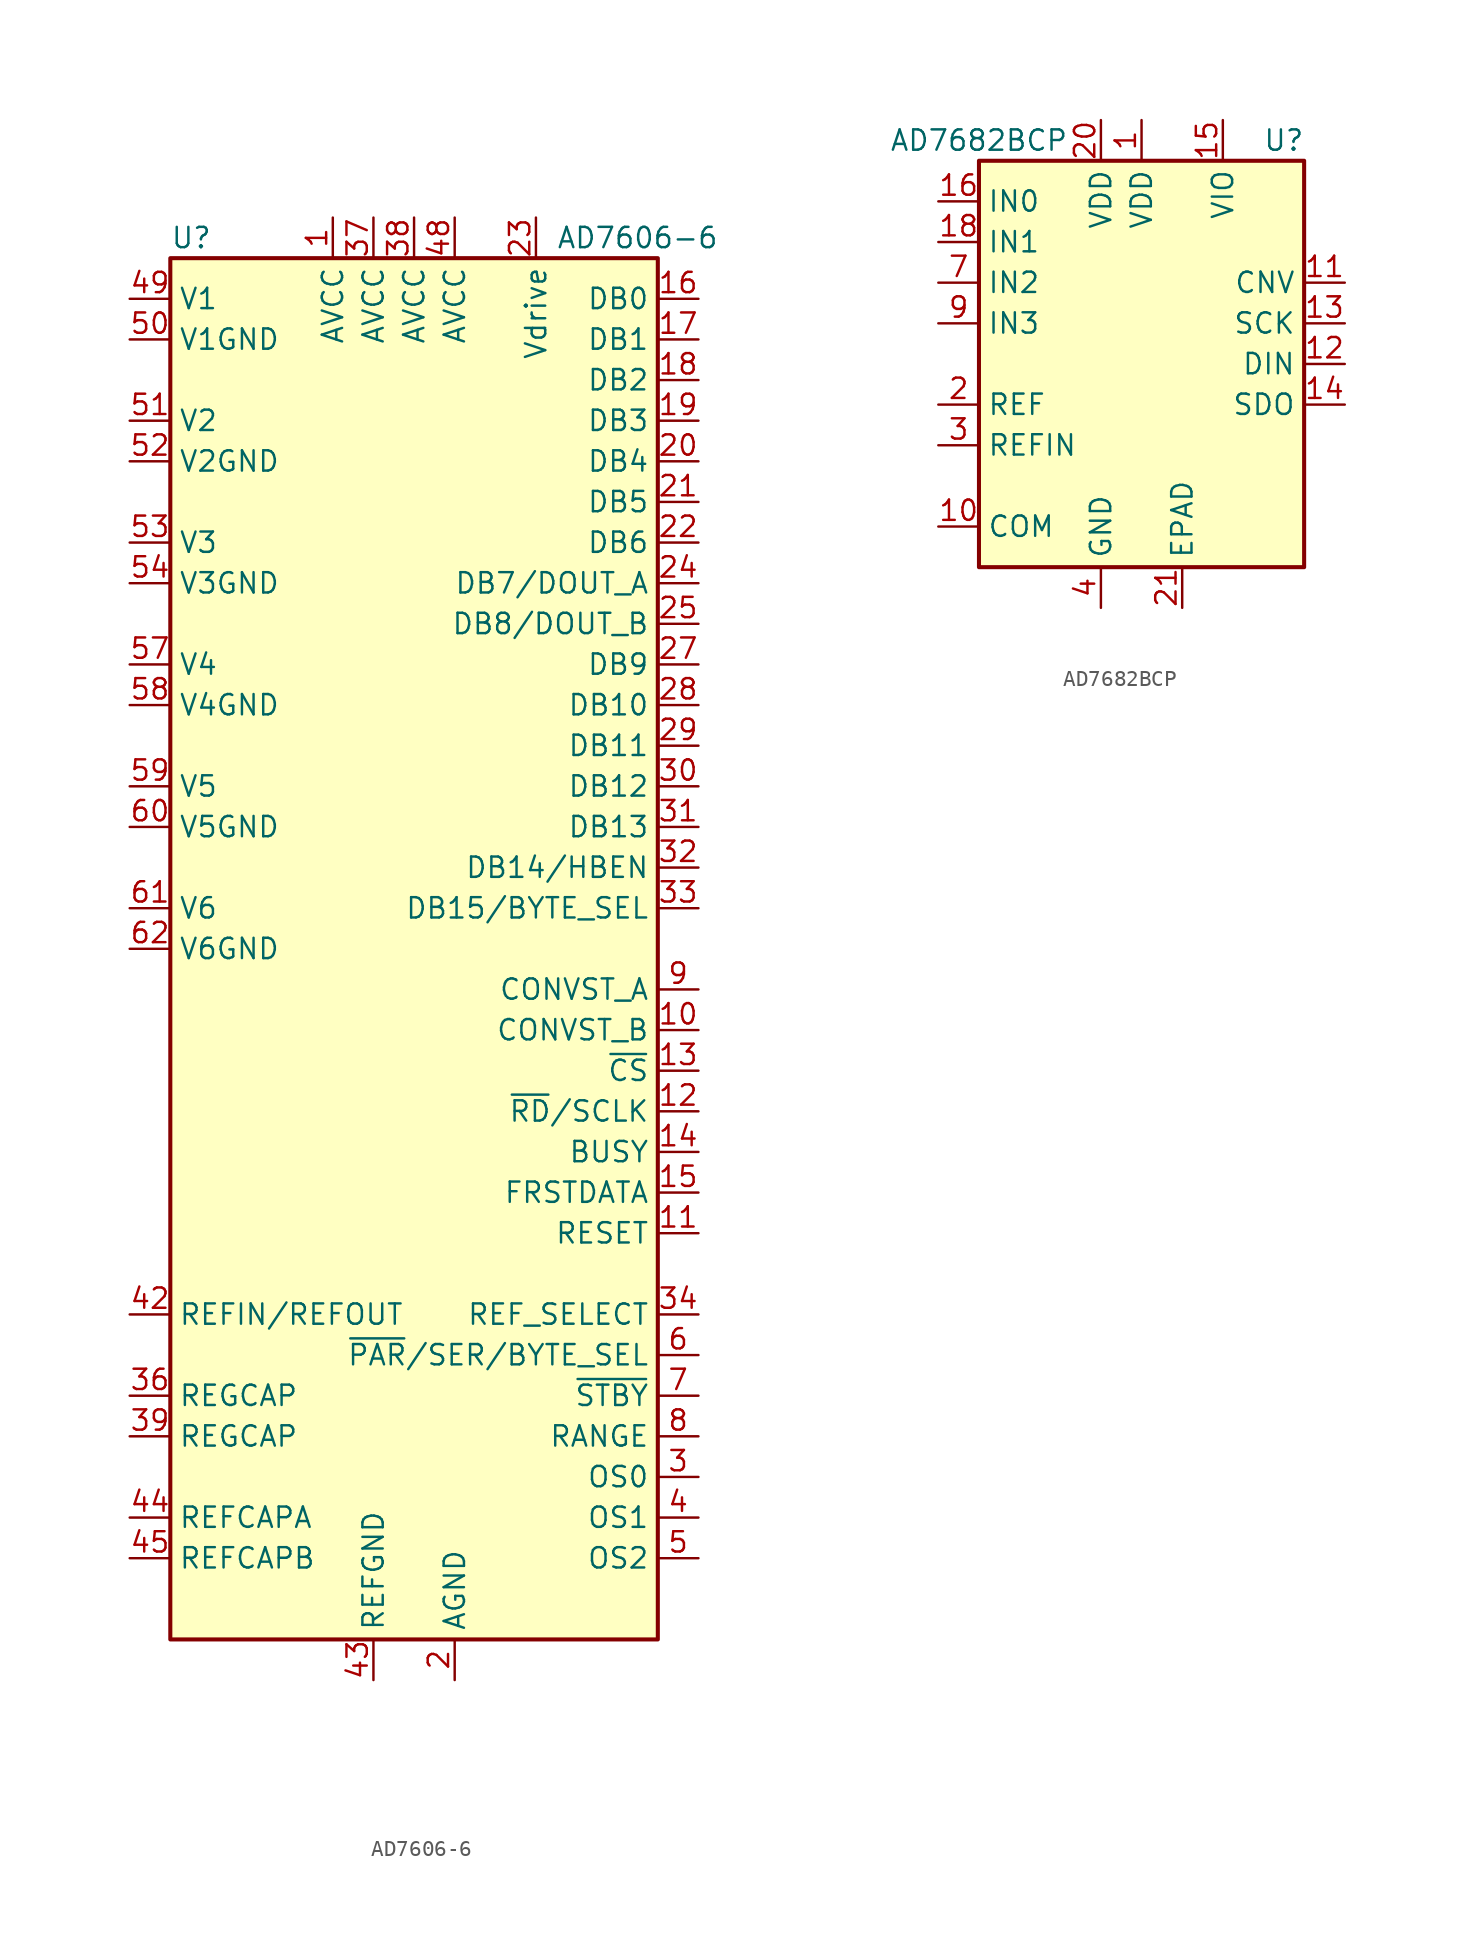
<source format=kicad_sym>
(kicad_symbol_lib
  (version 20211014)
  (generator kicad_symbol_editor)
  (symbol "AD7606-6"
    (property "Reference" "U"
      (at -15.24 44.45 0)
      (effects (font (size 1.27 1.27)) (justify left)))
    (property "Value" "AD7606-6"
      (at 8.89 44.45 0)
      (effects (font (size 1.27 1.27)) (justify left)))
    (symbol "AD7606-6_1_1"
      (rectangle (start -15.24 43.18) (end 15.24 -43.18) (stroke (width 0.254) (type default) (color 0 0 0 0)) (fill (type background)))
      (pin power_in line (at -5.08 45.72 270) (length 2.54) (name "AVCC" (effects (font (size 1.27 1.27)))) (number "1" (effects (font (size 1.27 1.27)))))
      (pin input line (at 17.78 -5.08 180) (length 2.54) (name "CONVST_B" (effects (font (size 1.27 1.27)))) (number "10" (effects (font (size 1.27 1.27)))))
      (pin input line (at 17.78 -17.78 180) (length 2.54) (name "RESET" (effects (font (size 1.27 1.27)))) (number "11" (effects (font (size 1.27 1.27)))))
      (pin input line (at 17.78 -10.16 180) (length 2.54) (name "~{RD}/SCLK" (effects (font (size 1.27 1.27)))) (number "12" (effects (font (size 1.27 1.27)))))
      (pin input line (at 17.78 -7.62 180) (length 2.54) (name "~{CS}" (effects (font (size 1.27 1.27)))) (number "13" (effects (font (size 1.27 1.27)))))
      (pin output line (at 17.78 -12.7 180) (length 2.54) (name "BUSY" (effects (font (size 1.27 1.27)))) (number "14" (effects (font (size 1.27 1.27)))))
      (pin output line (at 17.78 -15.24 180) (length 2.54) (name "FRSTDATA" (effects (font (size 1.27 1.27)))) (number "15" (effects (font (size 1.27 1.27)))))
      (pin output line (at 17.78 40.64 180) (length 2.54) (name "DB0" (effects (font (size 1.27 1.27)))) (number "16" (effects (font (size 1.27 1.27)))))
      (pin output line (at 17.78 38.1 180) (length 2.54) (name "DB1" (effects (font (size 1.27 1.27)))) (number "17" (effects (font (size 1.27 1.27)))))
      (pin output line (at 17.78 35.56 180) (length 2.54) (name "DB2" (effects (font (size 1.27 1.27)))) (number "18" (effects (font (size 1.27 1.27)))))
      (pin output line (at 17.78 33.02 180) (length 2.54) (name "DB3" (effects (font (size 1.27 1.27)))) (number "19" (effects (font (size 1.27 1.27)))))
      (pin power_in line (at 2.54 -45.72 90) (length 2.54) (name "AGND" (effects (font (size 1.27 1.27)))) (number "2" (effects (font (size 1.27 1.27)))))
      (pin output line (at 17.78 30.48 180) (length 2.54) (name "DB4" (effects (font (size 1.27 1.27)))) (number "20" (effects (font (size 1.27 1.27)))))
      (pin output line (at 17.78 27.94 180) (length 2.54) (name "DB5" (effects (font (size 1.27 1.27)))) (number "21" (effects (font (size 1.27 1.27)))))
      (pin output line (at 17.78 25.4 180) (length 2.54) (name "DB6" (effects (font (size 1.27 1.27)))) (number "22" (effects (font (size 1.27 1.27)))))
      (pin power_in line (at 7.62 45.72 270) (length 2.54) (name "Vdrive" (effects (font (size 1.27 1.27)))) (number "23" (effects (font (size 1.27 1.27)))))
      (pin output line (at 17.78 22.86 180) (length 2.54) (name "DB7/DOUT_A" (effects (font (size 1.27 1.27)))) (number "24" (effects (font (size 1.27 1.27)))))
      (pin output line (at 17.78 20.32 180) (length 2.54) (name "DB8/DOUT_B" (effects (font (size 1.27 1.27)))) (number "25" (effects (font (size 1.27 1.27)))))
      (pin passive line (at 2.54 -45.72 90) (length 2.54) hide (name "AGND" (effects (font (size 1.27 1.27)))) (number "26" (effects (font (size 1.27 1.27)))))
      (pin output line (at 17.78 17.78 180) (length 2.54) (name "DB9" (effects (font (size 1.27 1.27)))) (number "27" (effects (font (size 1.27 1.27)))))
      (pin output line (at 17.78 15.24 180) (length 2.54) (name "DB10" (effects (font (size 1.27 1.27)))) (number "28" (effects (font (size 1.27 1.27)))))
      (pin output line (at 17.78 12.7 180) (length 2.54) (name "DB11" (effects (font (size 1.27 1.27)))) (number "29" (effects (font (size 1.27 1.27)))))
      (pin input line (at 17.78 -33.02 180) (length 2.54) (name "OS0" (effects (font (size 1.27 1.27)))) (number "3" (effects (font (size 1.27 1.27)))))
      (pin output line (at 17.78 10.16 180) (length 2.54) (name "DB12" (effects (font (size 1.27 1.27)))) (number "30" (effects (font (size 1.27 1.27)))))
      (pin output line (at 17.78 7.62 180) (length 2.54) (name "DB13" (effects (font (size 1.27 1.27)))) (number "31" (effects (font (size 1.27 1.27)))))
      (pin bidirectional line (at 17.78 5.08 180) (length 2.54) (name "DB14/HBEN" (effects (font (size 1.27 1.27)))) (number "32" (effects (font (size 1.27 1.27)))))
      (pin bidirectional line (at 17.78 2.54 180) (length 2.54) (name "DB15/BYTE_SEL" (effects (font (size 1.27 1.27)))) (number "33" (effects (font (size 1.27 1.27)))))
      (pin input line (at 17.78 -22.86 180) (length 2.54) (name "REF_SELECT" (effects (font (size 1.27 1.27)))) (number "34" (effects (font (size 1.27 1.27)))))
      (pin passive line (at 2.54 -45.72 90) (length 2.54) hide (name "AGND" (effects (font (size 1.27 1.27)))) (number "35" (effects (font (size 1.27 1.27)))))
      (pin passive line (at -17.78 -27.94 0) (length 2.54) (name "REGCAP" (effects (font (size 1.27 1.27)))) (number "36" (effects (font (size 1.27 1.27)))))
      (pin power_in line (at -2.54 45.72 270) (length 2.54) (name "AVCC" (effects (font (size 1.27 1.27)))) (number "37" (effects (font (size 1.27 1.27)))))
      (pin power_in line (at 0 45.72 270) (length 2.54) (name "AVCC" (effects (font (size 1.27 1.27)))) (number "38" (effects (font (size 1.27 1.27)))))
      (pin passive line (at -17.78 -30.48 0) (length 2.54) (name "REGCAP" (effects (font (size 1.27 1.27)))) (number "39" (effects (font (size 1.27 1.27)))))
      (pin input line (at 17.78 -35.56 180) (length 2.54) (name "OS1" (effects (font (size 1.27 1.27)))) (number "4" (effects (font (size 1.27 1.27)))))
      (pin passive line (at 2.54 -45.72 90) (length 2.54) hide (name "AGND" (effects (font (size 1.27 1.27)))) (number "40" (effects (font (size 1.27 1.27)))))
      (pin passive line (at 2.54 -45.72 90) (length 2.54) hide (name "AGND" (effects (font (size 1.27 1.27)))) (number "41" (effects (font (size 1.27 1.27)))))
      (pin passive line (at -17.78 -22.86 0) (length 2.54) (name "REFIN/REFOUT" (effects (font (size 1.27 1.27)))) (number "42" (effects (font (size 1.27 1.27)))))
      (pin power_in line (at -2.54 -45.72 90) (length 2.54) (name "REFGND" (effects (font (size 1.27 1.27)))) (number "43" (effects (font (size 1.27 1.27)))))
      (pin passive line (at -17.78 -35.56 0) (length 2.54) (name "REFCAPA" (effects (font (size 1.27 1.27)))) (number "44" (effects (font (size 1.27 1.27)))))
      (pin passive line (at -17.78 -38.1 0) (length 2.54) (name "REFCAPB" (effects (font (size 1.27 1.27)))) (number "45" (effects (font (size 1.27 1.27)))))
      (pin passive line (at -2.54 -45.72 90) (length 2.54) hide (name "REFGND" (effects (font (size 1.27 1.27)))) (number "46" (effects (font (size 1.27 1.27)))))
      (pin passive line (at 2.54 -45.72 90) (length 2.54) hide (name "AGND" (effects (font (size 1.27 1.27)))) (number "47" (effects (font (size 1.27 1.27)))))
      (pin power_in line (at 2.54 45.72 270) (length 2.54) (name "AVCC" (effects (font (size 1.27 1.27)))) (number "48" (effects (font (size 1.27 1.27)))))
      (pin input line (at -17.78 40.64 0) (length 2.54) (name "V1" (effects (font (size 1.27 1.27)))) (number "49" (effects (font (size 1.27 1.27)))))
      (pin input line (at 17.78 -38.1 180) (length 2.54) (name "OS2" (effects (font (size 1.27 1.27)))) (number "5" (effects (font (size 1.27 1.27)))))
      (pin input line (at -17.78 38.1 0) (length 2.54) (name "V1GND" (effects (font (size 1.27 1.27)))) (number "50" (effects (font (size 1.27 1.27)))))
      (pin input line (at -17.78 33.02 0) (length 2.54) (name "V2" (effects (font (size 1.27 1.27)))) (number "51" (effects (font (size 1.27 1.27)))))
      (pin input line (at -17.78 30.48 0) (length 2.54) (name "V2GND" (effects (font (size 1.27 1.27)))) (number "52" (effects (font (size 1.27 1.27)))))
      (pin input line (at -17.78 25.4 0) (length 2.54) (name "V3" (effects (font (size 1.27 1.27)))) (number "53" (effects (font (size 1.27 1.27)))))
      (pin input line (at -17.78 22.86 0) (length 2.54) (name "V3GND" (effects (font (size 1.27 1.27)))) (number "54" (effects (font (size 1.27 1.27)))))
      (pin passive line (at 2.54 -45.72 90) (length 2.54) hide (name "AGND" (effects (font (size 1.27 1.27)))) (number "55" (effects (font (size 1.27 1.27)))))
      (pin passive line (at 2.54 -45.72 90) (length 2.54) hide (name "AGND" (effects (font (size 1.27 1.27)))) (number "56" (effects (font (size 1.27 1.27)))))
      (pin input line (at -17.78 17.78 0) (length 2.54) (name "V4" (effects (font (size 1.27 1.27)))) (number "57" (effects (font (size 1.27 1.27)))))
      (pin input line (at -17.78 15.24 0) (length 2.54) (name "V4GND" (effects (font (size 1.27 1.27)))) (number "58" (effects (font (size 1.27 1.27)))))
      (pin input line (at -17.78 10.16 0) (length 2.54) (name "V5" (effects (font (size 1.27 1.27)))) (number "59" (effects (font (size 1.27 1.27)))))
      (pin input line (at 17.78 -25.4 180) (length 2.54) (name "~{PAR}/SER/BYTE_SEL" (effects (font (size 1.27 1.27)))) (number "6" (effects (font (size 1.27 1.27)))))
      (pin input line (at -17.78 7.62 0) (length 2.54) (name "V5GND" (effects (font (size 1.27 1.27)))) (number "60" (effects (font (size 1.27 1.27)))))
      (pin input line (at -17.78 2.54 0) (length 2.54) (name "V6" (effects (font (size 1.27 1.27)))) (number "61" (effects (font (size 1.27 1.27)))))
      (pin input line (at -17.78 0 0) (length 2.54) (name "V6GND" (effects (font (size 1.27 1.27)))) (number "62" (effects (font (size 1.27 1.27)))))
      (pin passive line (at 2.54 -45.72 90) (length 2.54) hide (name "AGND" (effects (font (size 1.27 1.27)))) (number "63" (effects (font (size 1.27 1.27)))))
      (pin passive line (at 2.54 -45.72 90) (length 2.54) hide (name "AGND" (effects (font (size 1.27 1.27)))) (number "64" (effects (font (size 1.27 1.27)))))
      (pin input line (at 17.78 -27.94 180) (length 2.54) (name "~{STBY}" (effects (font (size 1.27 1.27)))) (number "7" (effects (font (size 1.27 1.27)))))
      (pin input line (at 17.78 -30.48 180) (length 2.54) (name "RANGE" (effects (font (size 1.27 1.27)))) (number "8" (effects (font (size 1.27 1.27)))))
      (pin input line (at 17.78 -2.54 180) (length 2.54) (name "CONVST_A" (effects (font (size 1.27 1.27)))) (number "9" (effects (font (size 1.27 1.27)))))))
  (symbol "AD7682BCP"
    (property "Reference" "U"
      (at 8.89 13.97 0)
      (effects (font (size 1.27 1.27))))
    (property "Value" "AD7682BCP"
      (at -10.16 13.97 0)
      (effects (font (size 1.27 1.27))))
    (symbol "AD7682BCP_0_1"
      (rectangle (start -10.16 12.7) (end 10.16 -12.7) (stroke (width 0.254) (type default) (color 0 0 0 0)) (fill (type background))))
    (symbol "AD7682BCP_1_1"
      (pin power_in line (at 0 15.24 270) (length 2.54) (name "VDD" (effects (font (size 1.27 1.27)))) (number "1" (effects (font (size 1.27 1.27)))))
      (pin input line (at -12.7 -10.16 0) (length 2.54) (name "COM" (effects (font (size 1.27 1.27)))) (number "10" (effects (font (size 1.27 1.27)))))
      (pin input line (at 12.7 5.08 180) (length 2.54) (name "CNV" (effects (font (size 1.27 1.27)))) (number "11" (effects (font (size 1.27 1.27)))))
      (pin input line (at 12.7 0 180) (length 2.54) (name "DIN" (effects (font (size 1.27 1.27)))) (number "12" (effects (font (size 1.27 1.27)))))
      (pin input line (at 12.7 2.54 180) (length 2.54) (name "SCK" (effects (font (size 1.27 1.27)))) (number "13" (effects (font (size 1.27 1.27)))))
      (pin output line (at 12.7 -2.54 180) (length 2.54) (name "SDO" (effects (font (size 1.27 1.27)))) (number "14" (effects (font (size 1.27 1.27)))))
      (pin power_in line (at 5.08 15.24 270) (length 2.54) (name "VIO" (effects (font (size 1.27 1.27)))) (number "15" (effects (font (size 1.27 1.27)))))
      (pin input line (at -12.7 10.16 0) (length 2.54) (name "IN0" (effects (font (size 1.27 1.27)))) (number "16" (effects (font (size 1.27 1.27)))))
      (pin no_connect line (at 10.16 -7.62 180) (length 2.54) hide (name "NC" (effects (font (size 1.27 1.27)))) (number "17" (effects (font (size 1.27 1.27)))))
      (pin input line (at -12.7 7.62 0) (length 2.54) (name "IN1" (effects (font (size 1.27 1.27)))) (number "18" (effects (font (size 1.27 1.27)))))
      (pin no_connect line (at 10.16 -5.08 180) (length 2.54) hide (name "NC" (effects (font (size 1.27 1.27)))) (number "19" (effects (font (size 1.27 1.27)))))
      (pin passive line (at -12.7 -2.54 0) (length 2.54) (name "REF" (effects (font (size 1.27 1.27)))) (number "2" (effects (font (size 1.27 1.27)))))
      (pin power_in line (at -2.54 15.24 270) (length 2.54) (name "VDD" (effects (font (size 1.27 1.27)))) (number "20" (effects (font (size 1.27 1.27)))))
      (pin passive line (at 2.54 -15.24 90) (length 2.54) (name "EPAD" (effects (font (size 1.27 1.27)))) (number "21" (effects (font (size 1.27 1.27)))))
      (pin passive line (at -12.7 -5.08 0) (length 2.54) (name "REFIN" (effects (font (size 1.27 1.27)))) (number "3" (effects (font (size 1.27 1.27)))))
      (pin power_in line (at -2.54 -15.24 90) (length 2.54) (name "GND" (effects (font (size 1.27 1.27)))) (number "4" (effects (font (size 1.27 1.27)))))
      (pin passive line (at -2.54 -15.24 90) (length 2.54) hide (name "GND" (effects (font (size 1.27 1.27)))) (number "5" (effects (font (size 1.27 1.27)))))
      (pin no_connect line (at 10.16 7.62 180) (length 2.54) hide (name "NC" (effects (font (size 1.27 1.27)))) (number "6" (effects (font (size 1.27 1.27)))))
      (pin input line (at -12.7 5.08 0) (length 2.54) (name "IN2" (effects (font (size 1.27 1.27)))) (number "7" (effects (font (size 1.27 1.27)))))
      (pin no_connect line (at 10.16 -10.16 180) (length 2.54) hide (name "NC" (effects (font (size 1.27 1.27)))) (number "8" (effects (font (size 1.27 1.27)))))
      (pin input line (at -12.7 2.54 0) (length 2.54) (name "IN3" (effects (font (size 1.27 1.27)))) (number "9" (effects (font (size 1.27 1.27))))))))
</source>
